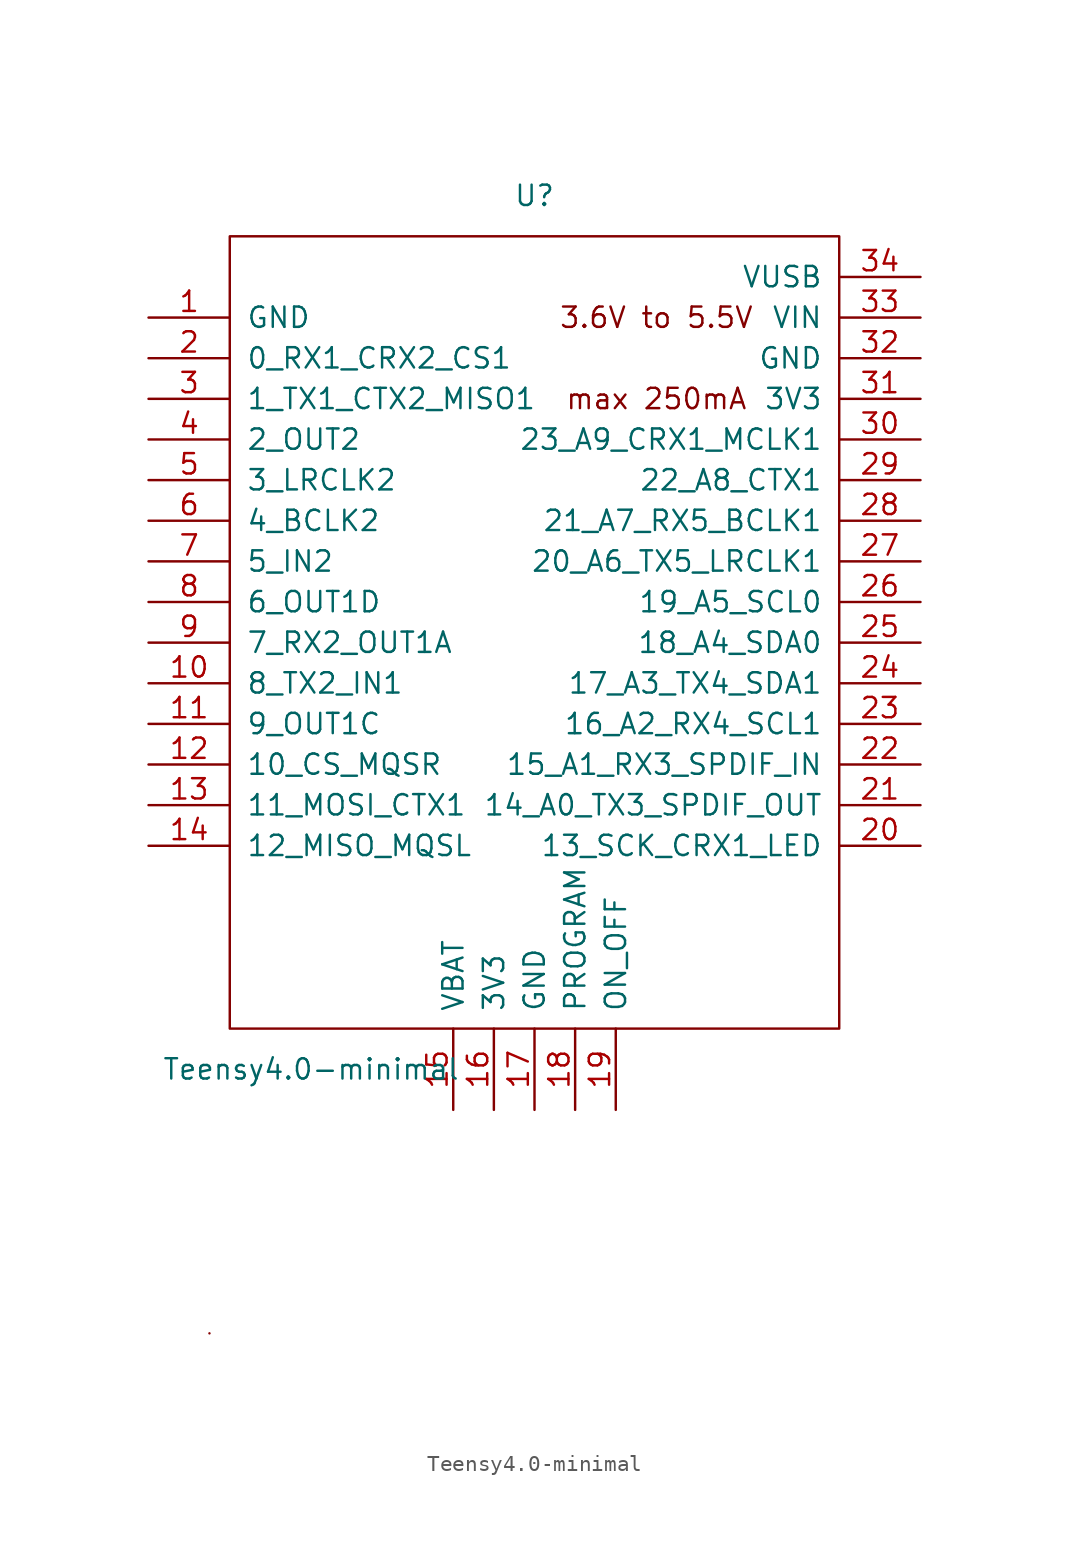
<source format=kicad_sym>
(kicad_symbol_lib
  (version 20231120)
  (generator "kicad_symbol_editor")
  (generator_version "8.0")
  (symbol "Teensy4.0-minimal"
    (pin_names
      (offset 1.016))
    (property "Reference" "U"
      (at 0 39.37 0)
      (effects (font (size 1.27 1.27))))
    (property "Value" "Teensy4.0-minimal"
      (at -13.97 -15.24 0)
      (effects (font (size 1.27 1.27))))
    (symbol "Teensy4.0-minimal_0_0"
      (text "3.6V to 5.5V" (at 7.62 31.75 0) (effects (font (size 1.27 1.27))))
      (text "max 250mA" (at 7.62 26.67 0) (effects (font (size 1.27 1.27))))
      (pin bidirectional line (at -24.13 8.89 0) (length 5.08) (name "8_TX2_IN1" (effects (font (size 1.27 1.27)))) (number "10" (effects (font (size 1.27 1.27)))))
      (pin bidirectional line (at -24.13 6.35 0) (length 5.08) (name "9_OUT1C" (effects (font (size 1.27 1.27)))) (number "11" (effects (font (size 1.27 1.27)))))
      (pin bidirectional line (at -24.13 3.81 0) (length 5.08) (name "10_CS_MQSR" (effects (font (size 1.27 1.27)))) (number "12" (effects (font (size 1.27 1.27)))))
      (pin bidirectional line (at -24.13 1.27 0) (length 5.08) (name "11_MOSI_CTX1" (effects (font (size 1.27 1.27)))) (number "13" (effects (font (size 1.27 1.27)))))
      (pin bidirectional line (at -24.13 -1.27 0) (length 5.08) (name "12_MISO_MQSL" (effects (font (size 1.27 1.27)))) (number "14" (effects (font (size 1.27 1.27)))))
      (pin power_in line (at -5.08 -17.78 90) (length 5.08) (name "VBAT" (effects (font (size 1.27 1.27)))) (number "15" (effects (font (size 1.27 1.27)))))
      (pin power_in line (at -2.54 -17.78 90) (length 5.08) (name "3V3" (effects (font (size 1.27 1.27)))) (number "16" (effects (font (size 1.27 1.27)))))
      (pin power_in line (at 0 -17.78 90) (length 5.08) (name "GND" (effects (font (size 1.27 1.27)))) (number "17" (effects (font (size 1.27 1.27)))))
      (pin input line (at 2.54 -17.78 90) (length 5.08) (name "PROGRAM" (effects (font (size 1.27 1.27)))) (number "18" (effects (font (size 1.27 1.27)))))
      (pin input line (at 5.08 -17.78 90) (length 5.08) (name "ON_OFF" (effects (font (size 1.27 1.27)))) (number "19" (effects (font (size 1.27 1.27)))))
      (pin bidirectional line (at 24.13 -1.27 180) (length 5.08) (name "13_SCK_CRX1_LED" (effects (font (size 1.27 1.27)))) (number "20" (effects (font (size 1.27 1.27)))))
      (pin bidirectional line (at 24.13 1.27 180) (length 5.08) (name "14_A0_TX3_SPDIF_OUT" (effects (font (size 1.27 1.27)))) (number "21" (effects (font (size 1.27 1.27)))))
      (pin bidirectional line (at 24.13 3.81 180) (length 5.08) (name "15_A1_RX3_SPDIF_IN" (effects (font (size 1.27 1.27)))) (number "22" (effects (font (size 1.27 1.27)))))
      (pin bidirectional line (at 24.13 6.35 180) (length 5.08) (name "16_A2_RX4_SCL1" (effects (font (size 1.27 1.27)))) (number "23" (effects (font (size 1.27 1.27)))))
      (pin bidirectional line (at 24.13 8.89 180) (length 5.08) (name "17_A3_TX4_SDA1" (effects (font (size 1.27 1.27)))) (number "24" (effects (font (size 1.27 1.27)))))
      (pin bidirectional line (at 24.13 11.43 180) (length 5.08) (name "18_A4_SDA0" (effects (font (size 1.27 1.27)))) (number "25" (effects (font (size 1.27 1.27)))))
      (pin bidirectional line (at 24.13 13.97 180) (length 5.08) (name "19_A5_SCL0" (effects (font (size 1.27 1.27)))) (number "26" (effects (font (size 1.27 1.27)))))
      (pin bidirectional line (at 24.13 16.51 180) (length 5.08) (name "20_A6_TX5_LRCLK1" (effects (font (size 1.27 1.27)))) (number "27" (effects (font (size 1.27 1.27)))))
      (pin bidirectional line (at 24.13 19.05 180) (length 5.08) (name "21_A7_RX5_BCLK1" (effects (font (size 1.27 1.27)))) (number "28" (effects (font (size 1.27 1.27)))))
      (pin bidirectional line (at 24.13 21.59 180) (length 5.08) (name "22_A8_CTX1" (effects (font (size 1.27 1.27)))) (number "29" (effects (font (size 1.27 1.27)))))
      (pin bidirectional line (at 24.13 24.13 180) (length 5.08) (name "23_A9_CRX1_MCLK1" (effects (font (size 1.27 1.27)))) (number "30" (effects (font (size 1.27 1.27)))))
      (pin power_out line (at 24.13 26.67 180) (length 5.08) (name "3V3" (effects (font (size 1.27 1.27)))) (number "31" (effects (font (size 1.27 1.27)))))
      (pin power_in line (at 24.13 29.21 180) (length 5.08) (name "GND" (effects (font (size 1.27 1.27)))) (number "32" (effects (font (size 1.27 1.27)))))
      (pin power_in line (at 24.13 31.75 180) (length 5.08) (name "VIN" (effects (font (size 1.27 1.27)))) (number "33" (effects (font (size 1.27 1.27)))))
      (pin power_out line (at 24.13 34.29 180) (length 5.08) (name "VUSB" (effects (font (size 1.27 1.27)))) (number "34" (effects (font (size 1.27 1.27)))))
      (pin bidirectional line (at -24.13 21.59 0) (length 5.08) (name "3_LRCLK2" (effects (font (size 1.27 1.27)))) (number "5" (effects (font (size 1.27 1.27)))))
      (pin bidirectional line (at -24.13 19.05 0) (length 5.08) (name "4_BCLK2" (effects (font (size 1.27 1.27)))) (number "6" (effects (font (size 1.27 1.27)))))
      (pin bidirectional line (at -24.13 16.51 0) (length 5.08) (name "5_IN2" (effects (font (size 1.27 1.27)))) (number "7" (effects (font (size 1.27 1.27)))))
      (pin bidirectional line (at -24.13 13.97 0) (length 5.08) (name "6_OUT1D" (effects (font (size 1.27 1.27)))) (number "8" (effects (font (size 1.27 1.27)))))
      (pin bidirectional line (at -24.13 11.43 0) (length 5.08) (name "7_RX2_OUT1A" (effects (font (size 1.27 1.27)))) (number "9" (effects (font (size 1.27 1.27))))))
    (symbol "Teensy4.0-minimal_0_1"
      (rectangle (start -20.32 -31.75) (end -20.32 -31.75) (stroke (width 0) (type default)) (fill (type none)))
      (rectangle (start -19.05 36.83) (end 19.05 -12.7) (stroke (width 0) (type default)) (fill (type none))))
    (symbol "Teensy4.0-minimal_1_1"
      (pin power_in line (at -24.13 31.75 0) (length 5.08) (name "GND" (effects (font (size 1.27 1.27)))) (number "1" (effects (font (size 1.27 1.27)))))
      (pin bidirectional line (at -24.13 29.21 0) (length 5.08) (name "0_RX1_CRX2_CS1" (effects (font (size 1.27 1.27)))) (number "2" (effects (font (size 1.27 1.27)))))
      (pin bidirectional line (at -24.13 26.67 0) (length 5.08) (name "1_TX1_CTX2_MISO1" (effects (font (size 1.27 1.27)))) (number "3" (effects (font (size 1.27 1.27)))))
      (pin bidirectional line (at -24.13 24.13 0) (length 5.08) (name "2_OUT2" (effects (font (size 1.27 1.27)))) (number "4" (effects (font (size 1.27 1.27))))))))
</source>
